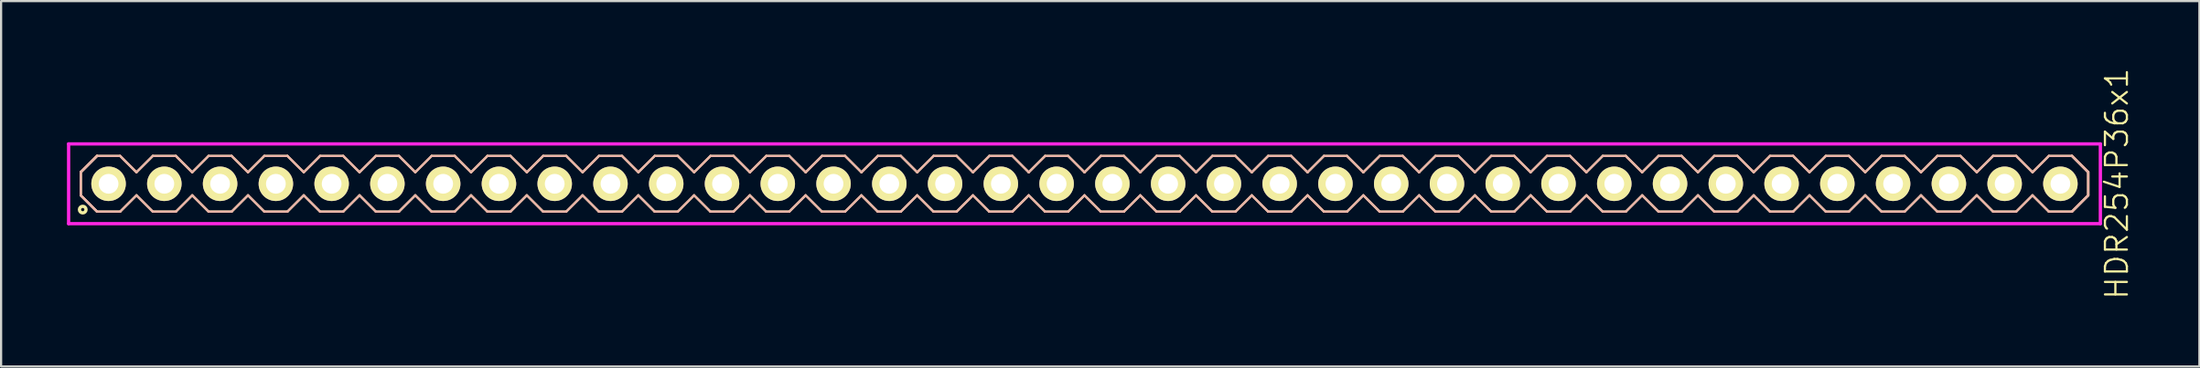
<source format=kicad_pcb>
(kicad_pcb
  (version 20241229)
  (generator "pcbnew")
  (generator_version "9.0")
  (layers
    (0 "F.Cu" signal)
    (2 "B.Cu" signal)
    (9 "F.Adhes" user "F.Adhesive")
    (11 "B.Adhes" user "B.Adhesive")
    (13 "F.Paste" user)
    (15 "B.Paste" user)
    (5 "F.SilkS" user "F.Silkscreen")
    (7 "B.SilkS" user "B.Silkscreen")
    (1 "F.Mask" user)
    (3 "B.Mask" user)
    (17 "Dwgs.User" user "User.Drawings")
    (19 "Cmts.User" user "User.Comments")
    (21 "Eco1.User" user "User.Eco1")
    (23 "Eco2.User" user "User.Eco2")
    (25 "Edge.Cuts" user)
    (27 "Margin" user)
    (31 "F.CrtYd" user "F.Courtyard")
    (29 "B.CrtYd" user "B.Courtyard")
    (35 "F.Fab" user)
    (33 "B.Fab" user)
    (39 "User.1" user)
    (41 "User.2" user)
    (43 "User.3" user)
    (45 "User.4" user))
  (footprint "HDR254P36x1"
    (layer "F.Cu")
    (at 46.345 5.336)
    (property "Reference" "HDR254P36x1" (at 47.02 0 90) (layer "F.SilkS") (effects (font (size 1 1) (thickness 0.1))))
    (attr through_hole)
    (fp_line (start -45.72 -0.526) (end -44.976 -1.27) (stroke (width 0.1) (type solid)) (layer "F.SilkS"))
    (fp_line (start -45.72 -0.526) (end -44.976 -1.27) (stroke (width 0.1) (type solid)) (layer "F.SilkS"))
    (fp_line (start -45.72 0.526) (end -45.72 -0.526) (stroke (width 0.1) (type solid)) (layer "F.SilkS"))
    (fp_line (start -45.72 0.526) (end -45.72 -0.526) (stroke (width 0.1) (type solid)) (layer "F.SilkS"))
    (fp_line (start -44.976 -1.27) (end -43.924 -1.27) (stroke (width 0.1) (type solid)) (layer "F.SilkS"))
    (fp_line (start -44.976 1.27) (end -45.72 0.526) (stroke (width 0.1) (type solid)) (layer "F.SilkS"))
    (fp_line (start -44.976 1.27) (end -45.72 0.526) (stroke (width 0.1) (type solid)) (layer "F.SilkS"))
    (fp_line (start -43.924 -1.27) (end -43.18 -0.526) (stroke (width 0.1) (type solid)) (layer "F.SilkS"))
    (fp_line (start -43.924 1.27) (end -44.976 1.27) (stroke (width 0.1) (type solid)) (layer "F.SilkS"))
    (fp_line (start -43.18 -0.526) (end -42.436 -1.27) (stroke (width 0.1) (type solid)) (layer "F.SilkS"))
    (fp_line (start -43.18 0.526) (end -43.924 1.27) (stroke (width 0.1) (type solid)) (layer "F.SilkS"))
    (fp_line (start -42.436 -1.27) (end -41.384 -1.27) (stroke (width 0.1) (type solid)) (layer "F.SilkS"))
    (fp_line (start -42.436 1.27) (end -43.18 0.526) (stroke (width 0.1) (type solid)) (layer "F.SilkS"))
    (fp_line (start -41.384 -1.27) (end -40.64 -0.526) (stroke (width 0.1) (type solid)) (layer "F.SilkS"))
    (fp_line (start -41.384 1.27) (end -42.436 1.27) (stroke (width 0.1) (type solid)) (layer "F.SilkS"))
    (fp_line (start -40.64 -0.526) (end -39.896 -1.27) (stroke (width 0.1) (type solid)) (layer "F.SilkS"))
    (fp_line (start -40.64 0.526) (end -41.384 1.27) (stroke (width 0.1) (type solid)) (layer "F.SilkS"))
    (fp_line (start -39.896 -1.27) (end -38.844 -1.27) (stroke (width 0.1) (type solid)) (layer "F.SilkS"))
    (fp_line (start -39.896 1.27) (end -40.64 0.526) (stroke (width 0.1) (type solid)) (layer "F.SilkS"))
    (fp_line (start -38.844 -1.27) (end -38.1 -0.526) (stroke (width 0.1) (type solid)) (layer "F.SilkS"))
    (fp_line (start -38.844 1.27) (end -39.896 1.27) (stroke (width 0.1) (type solid)) (layer "F.SilkS"))
    (fp_line (start -38.1 -0.526) (end -37.356 -1.27) (stroke (width 0.1) (type solid)) (layer "F.SilkS"))
    (fp_line (start -38.1 0.526) (end -38.844 1.27) (stroke (width 0.1) (type solid)) (layer "F.SilkS"))
    (fp_line (start -37.356 -1.27) (end -36.304 -1.27) (stroke (width 0.1) (type solid)) (layer "F.SilkS"))
    (fp_line (start -37.356 1.27) (end -38.1 0.526) (stroke (width 0.1) (type solid)) (layer "F.SilkS"))
    (fp_line (start -36.304 -1.27) (end -35.56 -0.526) (stroke (width 0.1) (type solid)) (layer "F.SilkS"))
    (fp_line (start -36.304 1.27) (end -37.356 1.27) (stroke (width 0.1) (type solid)) (layer "F.SilkS"))
    (fp_line (start -35.56 -0.526) (end -34.816 -1.27) (stroke (width 0.1) (type solid)) (layer "F.SilkS"))
    (fp_line (start -35.56 0.526) (end -36.304 1.27) (stroke (width 0.1) (type solid)) (layer "F.SilkS"))
    (fp_line (start -34.816 -1.27) (end -33.764 -1.27) (stroke (width 0.1) (type solid)) (layer "F.SilkS"))
    (fp_line (start -34.816 1.27) (end -35.56 0.526) (stroke (width 0.1) (type solid)) (layer "F.SilkS"))
    (fp_line (start -33.764 -1.27) (end -33.02 -0.526) (stroke (width 0.1) (type solid)) (layer "F.SilkS"))
    (fp_line (start -33.764 1.27) (end -34.816 1.27) (stroke (width 0.1) (type solid)) (layer "F.SilkS"))
    (fp_line (start -33.02 -0.526) (end -32.276 -1.27) (stroke (width 0.1) (type solid)) (layer "F.SilkS"))
    (fp_line (start -33.02 0.526) (end -33.764 1.27) (stroke (width 0.1) (type solid)) (layer "F.SilkS"))
    (fp_line (start -32.276 -1.27) (end -31.224 -1.27) (stroke (width 0.1) (type solid)) (layer "F.SilkS"))
    (fp_line (start -32.276 1.27) (end -33.02 0.526) (stroke (width 0.1) (type solid)) (layer "F.SilkS"))
    (fp_line (start -31.224 -1.27) (end -30.48 -0.526) (stroke (width 0.1) (type solid)) (layer "F.SilkS"))
    (fp_line (start -31.224 1.27) (end -32.276 1.27) (stroke (width 0.1) (type solid)) (layer "F.SilkS"))
    (fp_line (start -30.48 -0.526) (end -29.736 -1.27) (stroke (width 0.1) (type solid)) (layer "F.SilkS"))
    (fp_line (start -30.48 0.526) (end -31.224 1.27) (stroke (width 0.1) (type solid)) (layer "F.SilkS"))
    (fp_line (start -29.736 -1.27) (end -28.684 -1.27) (stroke (width 0.1) (type solid)) (layer "F.SilkS"))
    (fp_line (start -29.736 1.27) (end -30.48 0.526) (stroke (width 0.1) (type solid)) (layer "F.SilkS"))
    (fp_line (start -28.684 -1.27) (end -27.94 -0.526) (stroke (width 0.1) (type solid)) (layer "F.SilkS"))
    (fp_line (start -28.684 1.27) (end -29.736 1.27) (stroke (width 0.1) (type solid)) (layer "F.SilkS"))
    (fp_line (start -27.94 -0.526) (end -27.196 -1.27) (stroke (width 0.1) (type solid)) (layer "F.SilkS"))
    (fp_line (start -27.94 0.526) (end -28.684 1.27) (stroke (width 0.1) (type solid)) (layer "F.SilkS"))
    (fp_line (start -27.196 -1.27) (end -26.144 -1.27) (stroke (width 0.1) (type solid)) (layer "F.SilkS"))
    (fp_line (start -27.196 1.27) (end -27.94 0.526) (stroke (width 0.1) (type solid)) (layer "F.SilkS"))
    (fp_line (start -26.144 -1.27) (end -25.4 -0.526) (stroke (width 0.1) (type solid)) (layer "F.SilkS"))
    (fp_line (start -26.144 1.27) (end -27.196 1.27) (stroke (width 0.1) (type solid)) (layer "F.SilkS"))
    (fp_line (start -25.4 -0.526) (end -24.656 -1.27) (stroke (width 0.1) (type solid)) (layer "F.SilkS"))
    (fp_line (start -25.4 0.526) (end -26.144 1.27) (stroke (width 0.1) (type solid)) (layer "F.SilkS"))
    (fp_line (start -24.656 -1.27) (end -23.604 -1.27) (stroke (width 0.1) (type solid)) (layer "F.SilkS"))
    (fp_line (start -24.656 1.27) (end -25.4 0.526) (stroke (width 0.1) (type solid)) (layer "F.SilkS"))
    (fp_line (start -23.604 -1.27) (end -22.86 -0.526) (stroke (width 0.1) (type solid)) (layer "F.SilkS"))
    (fp_line (start -23.604 1.27) (end -24.656 1.27) (stroke (width 0.1) (type solid)) (layer "F.SilkS"))
    (fp_line (start -22.86 -0.526) (end -22.116 -1.27) (stroke (width 0.1) (type solid)) (layer "F.SilkS"))
    (fp_line (start -22.86 0.526) (end -23.604 1.27) (stroke (width 0.1) (type solid)) (layer "F.SilkS"))
    (fp_line (start -22.116 -1.27) (end -21.064 -1.27) (stroke (width 0.1) (type solid)) (layer "F.SilkS"))
    (fp_line (start -22.116 1.27) (end -22.86 0.526) (stroke (width 0.1) (type solid)) (layer "F.SilkS"))
    (fp_line (start -21.064 -1.27) (end -20.32 -0.526) (stroke (width 0.1) (type solid)) (layer "F.SilkS"))
    (fp_line (start -21.064 1.27) (end -22.116 1.27) (stroke (width 0.1) (type solid)) (layer "F.SilkS"))
    (fp_line (start -20.32 -0.526) (end -19.576 -1.27) (stroke (width 0.1) (type solid)) (layer "F.SilkS"))
    (fp_line (start -20.32 0.526) (end -21.064 1.27) (stroke (width 0.1) (type solid)) (layer "F.SilkS"))
    (fp_line (start -19.576 -1.27) (end -18.524 -1.27) (stroke (width 0.1) (type solid)) (layer "F.SilkS"))
    (fp_line (start -19.576 1.27) (end -20.32 0.526) (stroke (width 0.1) (type solid)) (layer "F.SilkS"))
    (fp_line (start -18.524 -1.27) (end -17.78 -0.526) (stroke (width 0.1) (type solid)) (layer "F.SilkS"))
    (fp_line (start -18.524 1.27) (end -19.576 1.27) (stroke (width 0.1) (type solid)) (layer "F.SilkS"))
    (fp_line (start -17.78 -0.526) (end -17.036 -1.27) (stroke (width 0.1) (type solid)) (layer "F.SilkS"))
    (fp_line (start -17.78 0.526) (end -18.524 1.27) (stroke (width 0.1) (type solid)) (layer "F.SilkS"))
    (fp_line (start -17.036 -1.27) (end -15.984 -1.27) (stroke (width 0.1) (type solid)) (layer "F.SilkS"))
    (fp_line (start -17.036 1.27) (end -17.78 0.526) (stroke (width 0.1) (type solid)) (layer "F.SilkS"))
    (fp_line (start -15.984 -1.27) (end -15.24 -0.526) (stroke (width 0.1) (type solid)) (layer "F.SilkS"))
    (fp_line (start -15.984 1.27) (end -17.036 1.27) (stroke (width 0.1) (type solid)) (layer "F.SilkS"))
    (fp_line (start -15.24 -0.526) (end -14.496 -1.27) (stroke (width 0.1) (type solid)) (layer "F.SilkS"))
    (fp_line (start -15.24 0.526) (end -15.984 1.27) (stroke (width 0.1) (type solid)) (layer "F.SilkS"))
    (fp_line (start -14.496 -1.27) (end -13.444 -1.27) (stroke (width 0.1) (type solid)) (layer "F.SilkS"))
    (fp_line (start -14.496 1.27) (end -15.24 0.526) (stroke (width 0.1) (type solid)) (layer "F.SilkS"))
    (fp_line (start -13.444 -1.27) (end -12.7 -0.526) (stroke (width 0.1) (type solid)) (layer "F.SilkS"))
    (fp_line (start -13.444 1.27) (end -14.496 1.27) (stroke (width 0.1) (type solid)) (layer "F.SilkS"))
    (fp_line (start -12.7 -0.526) (end -11.956 -1.27) (stroke (width 0.1) (type solid)) (layer "F.SilkS"))
    (fp_line (start -12.7 0.526) (end -13.444 1.27) (stroke (width 0.1) (type solid)) (layer "F.SilkS"))
    (fp_line (start -11.956 -1.27) (end -10.904 -1.27) (stroke (width 0.1) (type solid)) (layer "F.SilkS"))
    (fp_line (start -11.956 1.27) (end -12.7 0.526) (stroke (width 0.1) (type solid)) (layer "F.SilkS"))
    (fp_line (start -10.904 -1.27) (end -10.16 -0.526) (stroke (width 0.1) (type solid)) (layer "F.SilkS"))
    (fp_line (start -10.904 1.27) (end -11.956 1.27) (stroke (width 0.1) (type solid)) (layer "F.SilkS"))
    (fp_line (start -10.16 -0.526) (end -9.416 -1.27) (stroke (width 0.1) (type solid)) (layer "F.SilkS"))
    (fp_line (start -10.16 0.526) (end -10.904 1.27) (stroke (width 0.1) (type solid)) (layer "F.SilkS"))
    (fp_line (start -9.416 -1.27) (end -8.364 -1.27) (stroke (width 0.1) (type solid)) (layer "F.SilkS"))
    (fp_line (start -9.416 1.27) (end -10.16 0.526) (stroke (width 0.1) (type solid)) (layer "F.SilkS"))
    (fp_line (start -8.364 -1.27) (end -7.62 -0.526) (stroke (width 0.1) (type solid)) (layer "F.SilkS"))
    (fp_line (start -8.364 1.27) (end -9.416 1.27) (stroke (width 0.1) (type solid)) (layer "F.SilkS"))
    (fp_line (start -7.62 -0.526) (end -6.876 -1.27) (stroke (width 0.1) (type solid)) (layer "F.SilkS"))
    (fp_line (start -7.62 0.526) (end -8.364 1.27) (stroke (width 0.1) (type solid)) (layer "F.SilkS"))
    (fp_line (start -6.876 -1.27) (end -5.824 -1.27) (stroke (width 0.1) (type solid)) (layer "F.SilkS"))
    (fp_line (start -6.876 1.27) (end -7.62 0.526) (stroke (width 0.1) (type solid)) (layer "F.SilkS"))
    (fp_line (start -5.824 -1.27) (end -5.08 -0.526) (stroke (width 0.1) (type solid)) (layer "F.SilkS"))
    (fp_line (start -5.824 1.27) (end -6.876 1.27) (stroke (width 0.1) (type solid)) (layer "F.SilkS"))
    (fp_line (start -5.08 -0.526) (end -4.336 -1.27) (stroke (width 0.1) (type solid)) (layer "F.SilkS"))
    (fp_line (start -5.08 0.526) (end -5.824 1.27) (stroke (width 0.1) (type solid)) (layer "F.SilkS"))
    (fp_line (start -4.336 -1.27) (end -3.284 -1.27) (stroke (width 0.1) (type solid)) (layer "F.SilkS"))
    (fp_line (start -4.336 1.27) (end -5.08 0.526) (stroke (width 0.1) (type solid)) (layer "F.SilkS"))
    (fp_line (start -3.284 -1.27) (end -2.54 -0.526) (stroke (width 0.1) (type solid)) (layer "F.SilkS"))
    (fp_line (start -3.284 1.27) (end -4.336 1.27) (stroke (width 0.1) (type solid)) (layer "F.SilkS"))
    (fp_line (start -2.54 -0.526) (end -1.796 -1.27) (stroke (width 0.1) (type solid)) (layer "F.SilkS"))
    (fp_line (start -2.54 0.526) (end -3.284 1.27) (stroke (width 0.1) (type solid)) (layer "F.SilkS"))
    (fp_line (start -1.796 -1.27) (end -0.744 -1.27) (stroke (width 0.1) (type solid)) (layer "F.SilkS"))
    (fp_line (start -1.796 1.27) (end -2.54 0.526) (stroke (width 0.1) (type solid)) (layer "F.SilkS"))
    (fp_line (start -0.744 -1.27) (end 0 -0.526) (stroke (width 0.1) (type solid)) (layer "F.SilkS"))
    (fp_line (start -0.744 1.27) (end -1.796 1.27) (stroke (width 0.1) (type solid)) (layer "F.SilkS"))
    (fp_line (start 0 -0.526) (end 0.744 -1.27) (stroke (width 0.1) (type solid)) (layer "F.SilkS"))
    (fp_line (start 0 0.526) (end -0.744 1.27) (stroke (width 0.1) (type solid)) (layer "F.SilkS"))
    (fp_line (start 0.744 -1.27) (end 1.796 -1.27) (stroke (width 0.1) (type solid)) (layer "F.SilkS"))
    (fp_line (start 0.744 1.27) (end 0 0.526) (stroke (width 0.1) (type solid)) (layer "F.SilkS"))
    (fp_line (start 1.796 -1.27) (end 2.54 -0.526) (stroke (width 0.1) (type solid)) (layer "F.SilkS"))
    (fp_line (start 1.796 1.27) (end 0.744 1.27) (stroke (width 0.1) (type solid)) (layer "F.SilkS"))
    (fp_line (start 2.54 -0.526) (end 3.284 -1.27) (stroke (width 0.1) (type solid)) (layer "F.SilkS"))
    (fp_line (start 2.54 0.526) (end 1.796 1.27) (stroke (width 0.1) (type solid)) (layer "F.SilkS"))
    (fp_line (start 3.284 -1.27) (end 4.336 -1.27) (stroke (width 0.1) (type solid)) (layer "F.SilkS"))
    (fp_line (start 3.284 1.27) (end 2.54 0.526) (stroke (width 0.1) (type solid)) (layer "F.SilkS"))
    (fp_line (start 4.336 -1.27) (end 5.08 -0.526) (stroke (width 0.1) (type solid)) (layer "F.SilkS"))
    (fp_line (start 4.336 1.27) (end 3.284 1.27) (stroke (width 0.1) (type solid)) (layer "F.SilkS"))
    (fp_line (start 5.08 -0.526) (end 5.824 -1.27) (stroke (width 0.1) (type solid)) (layer "F.SilkS"))
    (fp_line (start 5.08 0.526) (end 4.336 1.27) (stroke (width 0.1) (type solid)) (layer "F.SilkS"))
    (fp_line (start 5.824 -1.27) (end 6.876 -1.27) (stroke (width 0.1) (type solid)) (layer "F.SilkS"))
    (fp_line (start 5.824 1.27) (end 5.08 0.526) (stroke (width 0.1) (type solid)) (layer "F.SilkS"))
    (fp_line (start 6.876 -1.27) (end 7.62 -0.526) (stroke (width 0.1) (type solid)) (layer "F.SilkS"))
    (fp_line (start 6.876 1.27) (end 5.824 1.27) (stroke (width 0.1) (type solid)) (layer "F.SilkS"))
    (fp_line (start 7.62 -0.526) (end 8.364 -1.27) (stroke (width 0.1) (type solid)) (layer "F.SilkS"))
    (fp_line (start 7.62 0.526) (end 6.876 1.27) (stroke (width 0.1) (type solid)) (layer "F.SilkS"))
    (fp_line (start 8.364 -1.27) (end 9.416 -1.27) (stroke (width 0.1) (type solid)) (layer "F.SilkS"))
    (fp_line (start 8.364 1.27) (end 7.62 0.526) (stroke (width 0.1) (type solid)) (layer "F.SilkS"))
    (fp_line (start 9.416 -1.27) (end 10.16 -0.526) (stroke (width 0.1) (type solid)) (layer "F.SilkS"))
    (fp_line (start 9.416 1.27) (end 8.364 1.27) (stroke (width 0.1) (type solid)) (layer "F.SilkS"))
    (fp_line (start 10.16 -0.526) (end 10.904 -1.27) (stroke (width 0.1) (type solid)) (layer "F.SilkS"))
    (fp_line (start 10.16 0.526) (end 9.416 1.27) (stroke (width 0.1) (type solid)) (layer "F.SilkS"))
    (fp_line (start 10.904 -1.27) (end 11.956 -1.27) (stroke (width 0.1) (type solid)) (layer "F.SilkS"))
    (fp_line (start 10.904 1.27) (end 10.16 0.526) (stroke (width 0.1) (type solid)) (layer "F.SilkS"))
    (fp_line (start 11.956 -1.27) (end 12.7 -0.526) (stroke (width 0.1) (type solid)) (layer "F.SilkS"))
    (fp_line (start 11.956 1.27) (end 10.904 1.27) (stroke (width 0.1) (type solid)) (layer "F.SilkS"))
    (fp_line (start 12.7 -0.526) (end 13.444 -1.27) (stroke (width 0.1) (type solid)) (layer "F.SilkS"))
    (fp_line (start 12.7 0.526) (end 11.956 1.27) (stroke (width 0.1) (type solid)) (layer "F.SilkS"))
    (fp_line (start 13.444 -1.27) (end 14.496 -1.27) (stroke (width 0.1) (type solid)) (layer "F.SilkS"))
    (fp_line (start 13.444 1.27) (end 12.7 0.526) (stroke (width 0.1) (type solid)) (layer "F.SilkS"))
    (fp_line (start 14.496 -1.27) (end 15.24 -0.526) (stroke (width 0.1) (type solid)) (layer "F.SilkS"))
    (fp_line (start 14.496 1.27) (end 13.444 1.27) (stroke (width 0.1) (type solid)) (layer "F.SilkS"))
    (fp_line (start 15.24 -0.526) (end 15.984 -1.27) (stroke (width 0.1) (type solid)) (layer "F.SilkS"))
    (fp_line (start 15.24 0.526) (end 14.496 1.27) (stroke (width 0.1) (type solid)) (layer "F.SilkS"))
    (fp_line (start 15.984 -1.27) (end 17.036 -1.27) (stroke (width 0.1) (type solid)) (layer "F.SilkS"))
    (fp_line (start 15.984 1.27) (end 15.24 0.526) (stroke (width 0.1) (type solid)) (layer "F.SilkS"))
    (fp_line (start 17.036 -1.27) (end 17.78 -0.526) (stroke (width 0.1) (type solid)) (layer "F.SilkS"))
    (fp_line (start 17.036 1.27) (end 15.984 1.27) (stroke (width 0.1) (type solid)) (layer "F.SilkS"))
    (fp_line (start 17.78 -0.526) (end 18.524 -1.27) (stroke (width 0.1) (type solid)) (layer "F.SilkS"))
    (fp_line (start 17.78 0.526) (end 17.036 1.27) (stroke (width 0.1) (type solid)) (layer "F.SilkS"))
    (fp_line (start 18.524 -1.27) (end 19.576 -1.27) (stroke (width 0.1) (type solid)) (layer "F.SilkS"))
    (fp_line (start 18.524 1.27) (end 17.78 0.526) (stroke (width 0.1) (type solid)) (layer "F.SilkS"))
    (fp_line (start 19.576 -1.27) (end 20.32 -0.526) (stroke (width 0.1) (type solid)) (layer "F.SilkS"))
    (fp_line (start 19.576 1.27) (end 18.524 1.27) (stroke (width 0.1) (type solid)) (layer "F.SilkS"))
    (fp_line (start 20.32 -0.526) (end 21.064 -1.27) (stroke (width 0.1) (type solid)) (layer "F.SilkS"))
    (fp_line (start 20.32 0.526) (end 19.576 1.27) (stroke (width 0.1) (type solid)) (layer "F.SilkS"))
    (fp_line (start 21.064 -1.27) (end 22.116 -1.27) (stroke (width 0.1) (type solid)) (layer "F.SilkS"))
    (fp_line (start 21.064 1.27) (end 20.32 0.526) (stroke (width 0.1) (type solid)) (layer "F.SilkS"))
    (fp_line (start 22.116 -1.27) (end 22.86 -0.526) (stroke (width 0.1) (type solid)) (layer "F.SilkS"))
    (fp_line (start 22.116 1.27) (end 21.064 1.27) (stroke (width 0.1) (type solid)) (layer "F.SilkS"))
    (fp_line (start 22.86 -0.526) (end 23.604 -1.27) (stroke (width 0.1) (type solid)) (layer "F.SilkS"))
    (fp_line (start 22.86 0.526) (end 22.116 1.27) (stroke (width 0.1) (type solid)) (layer "F.SilkS"))
    (fp_line (start 23.604 -1.27) (end 24.656 -1.27) (stroke (width 0.1) (type solid)) (layer "F.SilkS"))
    (fp_line (start 23.604 1.27) (end 22.86 0.526) (stroke (width 0.1) (type solid)) (layer "F.SilkS"))
    (fp_line (start 24.656 -1.27) (end 25.4 -0.526) (stroke (width 0.1) (type solid)) (layer "F.SilkS"))
    (fp_line (start 24.656 1.27) (end 23.604 1.27) (stroke (width 0.1) (type solid)) (layer "F.SilkS"))
    (fp_line (start 25.4 -0.526) (end 26.144 -1.27) (stroke (width 0.1) (type solid)) (layer "F.SilkS"))
    (fp_line (start 25.4 0.526) (end 24.656 1.27) (stroke (width 0.1) (type solid)) (layer "F.SilkS"))
    (fp_line (start 26.144 -1.27) (end 27.196 -1.27) (stroke (width 0.1) (type solid)) (layer "F.SilkS"))
    (fp_line (start 26.144 1.27) (end 25.4 0.526) (stroke (width 0.1) (type solid)) (layer "F.SilkS"))
    (fp_line (start 27.196 -1.27) (end 27.94 -0.526) (stroke (width 0.1) (type solid)) (layer "F.SilkS"))
    (fp_line (start 27.196 1.27) (end 26.144 1.27) (stroke (width 0.1) (type solid)) (layer "F.SilkS"))
    (fp_line (start 27.94 -0.526) (end 28.684 -1.27) (stroke (width 0.1) (type solid)) (layer "F.SilkS"))
    (fp_line (start 27.94 0.526) (end 27.196 1.27) (stroke (width 0.1) (type solid)) (layer "F.SilkS"))
    (fp_line (start 28.684 -1.27) (end 29.736 -1.27) (stroke (width 0.1) (type solid)) (layer "F.SilkS"))
    (fp_line (start 28.684 1.27) (end 27.94 0.526) (stroke (width 0.1) (type solid)) (layer "F.SilkS"))
    (fp_line (start 29.736 -1.27) (end 30.48 -0.526) (stroke (width 0.1) (type solid)) (layer "F.SilkS"))
    (fp_line (start 29.736 1.27) (end 28.684 1.27) (stroke (width 0.1) (type solid)) (layer "F.SilkS"))
    (fp_line (start 30.48 -0.526) (end 31.224 -1.27) (stroke (width 0.1) (type solid)) (layer "F.SilkS"))
    (fp_line (start 30.48 0.526) (end 29.736 1.27) (stroke (width 0.1) (type solid)) (layer "F.SilkS"))
    (fp_line (start 31.224 -1.27) (end 32.276 -1.27) (stroke (width 0.1) (type solid)) (layer "F.SilkS"))
    (fp_line (start 31.224 1.27) (end 30.48 0.526) (stroke (width 0.1) (type solid)) (layer "F.SilkS"))
    (fp_line (start 32.276 -1.27) (end 33.02 -0.526) (stroke (width 0.1) (type solid)) (layer "F.SilkS"))
    (fp_line (start 32.276 1.27) (end 31.224 1.27) (stroke (width 0.1) (type solid)) (layer "F.SilkS"))
    (fp_line (start 33.02 -0.526) (end 33.764 -1.27) (stroke (width 0.1) (type solid)) (layer "F.SilkS"))
    (fp_line (start 33.02 0.526) (end 32.276 1.27) (stroke (width 0.1) (type solid)) (layer "F.SilkS"))
    (fp_line (start 33.764 -1.27) (end 34.816 -1.27) (stroke (width 0.1) (type solid)) (layer "F.SilkS"))
    (fp_line (start 33.764 1.27) (end 33.02 0.526) (stroke (width 0.1) (type solid)) (layer "F.SilkS"))
    (fp_line (start 34.816 -1.27) (end 35.56 -0.526) (stroke (width 0.1) (type solid)) (layer "F.SilkS"))
    (fp_line (start 34.816 1.27) (end 33.764 1.27) (stroke (width 0.1) (type solid)) (layer "F.SilkS"))
    (fp_line (start 35.56 -0.526) (end 36.304 -1.27) (stroke (width 0.1) (type solid)) (layer "F.SilkS"))
    (fp_line (start 35.56 0.526) (end 34.816 1.27) (stroke (width 0.1) (type solid)) (layer "F.SilkS"))
    (fp_line (start 36.304 -1.27) (end 37.356 -1.27) (stroke (width 0.1) (type solid)) (layer "F.SilkS"))
    (fp_line (start 36.304 1.27) (end 35.56 0.526) (stroke (width 0.1) (type solid)) (layer "F.SilkS"))
    (fp_line (start 37.356 -1.27) (end 38.1 -0.526) (stroke (width 0.1) (type solid)) (layer "F.SilkS"))
    (fp_line (start 37.356 1.27) (end 36.304 1.27) (stroke (width 0.1) (type solid)) (layer "F.SilkS"))
    (fp_line (start 38.1 -0.526) (end 38.844 -1.27) (stroke (width 0.1) (type solid)) (layer "F.SilkS"))
    (fp_line (start 38.1 0.526) (end 37.356 1.27) (stroke (width 0.1) (type solid)) (layer "F.SilkS"))
    (fp_line (start 38.844 -1.27) (end 39.896 -1.27) (stroke (width 0.1) (type solid)) (layer "F.SilkS"))
    (fp_line (start 38.844 1.27) (end 38.1 0.526) (stroke (width 0.1) (type solid)) (layer "F.SilkS"))
    (fp_line (start 39.896 -1.27) (end 40.64 -0.526) (stroke (width 0.1) (type solid)) (layer "F.SilkS"))
    (fp_line (start 39.896 1.27) (end 38.844 1.27) (stroke (width 0.1) (type solid)) (layer "F.SilkS"))
    (fp_line (start 40.64 -0.526) (end 41.384 -1.27) (stroke (width 0.1) (type solid)) (layer "F.SilkS"))
    (fp_line (start 40.64 0.526) (end 39.896 1.27) (stroke (width 0.1) (type solid)) (layer "F.SilkS"))
    (fp_line (start 41.384 -1.27) (end 42.436 -1.27) (stroke (width 0.1) (type solid)) (layer "F.SilkS"))
    (fp_line (start 41.384 1.27) (end 40.64 0.526) (stroke (width 0.1) (type solid)) (layer "F.SilkS"))
    (fp_line (start 42.436 -1.27) (end 43.18 -0.526) (stroke (width 0.1) (type solid)) (layer "F.SilkS"))
    (fp_line (start 42.436 1.27) (end 41.384 1.27) (stroke (width 0.1) (type solid)) (layer "F.SilkS"))
    (fp_line (start 43.18 -0.526) (end 43.924 -1.27) (stroke (width 0.1) (type solid)) (layer "F.SilkS"))
    (fp_line (start 43.18 0.526) (end 42.436 1.27) (stroke (width 0.1) (type solid)) (layer "F.SilkS"))
    (fp_line (start 43.924 -1.27) (end 44.976 -1.27) (stroke (width 0.1) (type solid)) (layer "F.SilkS"))
    (fp_line (start 43.924 1.27) (end 43.18 0.526) (stroke (width 0.1) (type solid)) (layer "F.SilkS"))
    (fp_line (start 44.976 -1.27) (end 45.72 -0.526) (stroke (width 0.1) (type solid)) (layer "F.SilkS"))
    (fp_line (start 44.976 -1.27) (end 45.72 -0.526) (stroke (width 0.1) (type solid)) (layer "F.SilkS"))
    (fp_line (start 44.976 1.27) (end 43.924 1.27) (stroke (width 0.1) (type solid)) (layer "F.SilkS"))
    (fp_line (start 45.72 -0.526) (end 45.72 0.526) (stroke (width 0.1) (type solid)) (layer "F.SilkS"))
    (fp_line (start 45.72 -0.526) (end 45.72 0.526) (stroke (width 0.1) (type solid)) (layer "F.SilkS"))
    (fp_line (start 45.72 0.526) (end 44.976 1.27) (stroke (width 0.1) (type solid)) (layer "F.SilkS"))
    (fp_line (start 45.72 0.526) (end 44.976 1.27) (stroke (width 0.1) (type solid)) (layer "F.SilkS"))
    (fp_circle (center -45.627 1.177) (end -45.477 1.177) (stroke (width 0.15) (type solid)) (fill no) (layer "F.SilkS"))
    (fp_line (start -45.72 -0.526) (end -44.976 -1.27) (stroke (width 0.1) (type solid)) (layer "B.SilkS"))
    (fp_line (start -45.72 -0.526) (end -44.976 -1.27) (stroke (width 0.1) (type solid)) (layer "B.SilkS"))
    (fp_line (start -45.72 0.526) (end -45.72 -0.526) (stroke (width 0.1) (type solid)) (layer "B.SilkS"))
    (fp_line (start -45.72 0.526) (end -45.72 -0.526) (stroke (width 0.1) (type solid)) (layer "B.SilkS"))
    (fp_line (start -44.976 -1.27) (end -43.924 -1.27) (stroke (width 0.1) (type solid)) (layer "B.SilkS"))
    (fp_line (start -44.976 1.27) (end -45.72 0.526) (stroke (width 0.1) (type solid)) (layer "B.SilkS"))
    (fp_line (start -44.976 1.27) (end -45.72 0.526) (stroke (width 0.1) (type solid)) (layer "B.SilkS"))
    (fp_line (start -43.924 -1.27) (end -43.18 -0.526) (stroke (width 0.1) (type solid)) (layer "B.SilkS"))
    (fp_line (start -43.924 1.27) (end -44.976 1.27) (stroke (width 0.1) (type solid)) (layer "B.SilkS"))
    (fp_line (start -43.18 -0.526) (end -42.436 -1.27) (stroke (width 0.1) (type solid)) (layer "B.SilkS"))
    (fp_line (start -43.18 0.526) (end -43.924 1.27) (stroke (width 0.1) (type solid)) (layer "B.SilkS"))
    (fp_line (start -42.436 -1.27) (end -41.384 -1.27) (stroke (width 0.1) (type solid)) (layer "B.SilkS"))
    (fp_line (start -42.436 1.27) (end -43.18 0.526) (stroke (width 0.1) (type solid)) (layer "B.SilkS"))
    (fp_line (start -41.384 -1.27) (end -40.64 -0.526) (stroke (width 0.1) (type solid)) (layer "B.SilkS"))
    (fp_line (start -41.384 1.27) (end -42.436 1.27) (stroke (width 0.1) (type solid)) (layer "B.SilkS"))
    (fp_line (start -40.64 -0.526) (end -39.896 -1.27) (stroke (width 0.1) (type solid)) (layer "B.SilkS"))
    (fp_line (start -40.64 0.526) (end -41.384 1.27) (stroke (width 0.1) (type solid)) (layer "B.SilkS"))
    (fp_line (start -39.896 -1.27) (end -38.844 -1.27) (stroke (width 0.1) (type solid)) (layer "B.SilkS"))
    (fp_line (start -39.896 1.27) (end -40.64 0.526) (stroke (width 0.1) (type solid)) (layer "B.SilkS"))
    (fp_line (start -38.844 -1.27) (end -38.1 -0.526) (stroke (width 0.1) (type solid)) (layer "B.SilkS"))
    (fp_line (start -38.844 1.27) (end -39.896 1.27) (stroke (width 0.1) (type solid)) (layer "B.SilkS"))
    (fp_line (start -38.1 -0.526) (end -37.356 -1.27) (stroke (width 0.1) (type solid)) (layer "B.SilkS"))
    (fp_line (start -38.1 0.526) (end -38.844 1.27) (stroke (width 0.1) (type solid)) (layer "B.SilkS"))
    (fp_line (start -37.356 -1.27) (end -36.304 -1.27) (stroke (width 0.1) (type solid)) (layer "B.SilkS"))
    (fp_line (start -37.356 1.27) (end -38.1 0.526) (stroke (width 0.1) (type solid)) (layer "B.SilkS"))
    (fp_line (start -36.304 -1.27) (end -35.56 -0.526) (stroke (width 0.1) (type solid)) (layer "B.SilkS"))
    (fp_line (start -36.304 1.27) (end -37.356 1.27) (stroke (width 0.1) (type solid)) (layer "B.SilkS"))
    (fp_line (start -35.56 -0.526) (end -34.816 -1.27) (stroke (width 0.1) (type solid)) (layer "B.SilkS"))
    (fp_line (start -35.56 0.526) (end -36.304 1.27) (stroke (width 0.1) (type solid)) (layer "B.SilkS"))
    (fp_line (start -34.816 -1.27) (end -33.764 -1.27) (stroke (width 0.1) (type solid)) (layer "B.SilkS"))
    (fp_line (start -34.816 1.27) (end -35.56 0.526) (stroke (width 0.1) (type solid)) (layer "B.SilkS"))
    (fp_line (start -33.764 -1.27) (end -33.02 -0.526) (stroke (width 0.1) (type solid)) (layer "B.SilkS"))
    (fp_line (start -33.764 1.27) (end -34.816 1.27) (stroke (width 0.1) (type solid)) (layer "B.SilkS"))
    (fp_line (start -33.02 -0.526) (end -32.276 -1.27) (stroke (width 0.1) (type solid)) (layer "B.SilkS"))
    (fp_line (start -33.02 0.526) (end -33.764 1.27) (stroke (width 0.1) (type solid)) (layer "B.SilkS"))
    (fp_line (start -32.276 -1.27) (end -31.224 -1.27) (stroke (width 0.1) (type solid)) (layer "B.SilkS"))
    (fp_line (start -32.276 1.27) (end -33.02 0.526) (stroke (width 0.1) (type solid)) (layer "B.SilkS"))
    (fp_line (start -31.224 -1.27) (end -30.48 -0.526) (stroke (width 0.1) (type solid)) (layer "B.SilkS"))
    (fp_line (start -31.224 1.27) (end -32.276 1.27) (stroke (width 0.1) (type solid)) (layer "B.SilkS"))
    (fp_line (start -30.48 -0.526) (end -29.736 -1.27) (stroke (width 0.1) (type solid)) (layer "B.SilkS"))
    (fp_line (start -30.48 0.526) (end -31.224 1.27) (stroke (width 0.1) (type solid)) (layer "B.SilkS"))
    (fp_line (start -29.736 -1.27) (end -28.684 -1.27) (stroke (width 0.1) (type solid)) (layer "B.SilkS"))
    (fp_line (start -29.736 1.27) (end -30.48 0.526) (stroke (width 0.1) (type solid)) (layer "B.SilkS"))
    (fp_line (start -28.684 -1.27) (end -27.94 -0.526) (stroke (width 0.1) (type solid)) (layer "B.SilkS"))
    (fp_line (start -28.684 1.27) (end -29.736 1.27) (stroke (width 0.1) (type solid)) (layer "B.SilkS"))
    (fp_line (start -27.94 -0.526) (end -27.196 -1.27) (stroke (width 0.1) (type solid)) (layer "B.SilkS"))
    (fp_line (start -27.94 0.526) (end -28.684 1.27) (stroke (width 0.1) (type solid)) (layer "B.SilkS"))
    (fp_line (start -27.196 -1.27) (end -26.144 -1.27) (stroke (width 0.1) (type solid)) (layer "B.SilkS"))
    (fp_line (start -27.196 1.27) (end -27.94 0.526) (stroke (width 0.1) (type solid)) (layer "B.SilkS"))
    (fp_line (start -26.144 -1.27) (end -25.4 -0.526) (stroke (width 0.1) (type solid)) (layer "B.SilkS"))
    (fp_line (start -26.144 1.27) (end -27.196 1.27) (stroke (width 0.1) (type solid)) (layer "B.SilkS"))
    (fp_line (start -25.4 -0.526) (end -24.656 -1.27) (stroke (width 0.1) (type solid)) (layer "B.SilkS"))
    (fp_line (start -25.4 0.526) (end -26.144 1.27) (stroke (width 0.1) (type solid)) (layer "B.SilkS"))
    (fp_line (start -24.656 -1.27) (end -23.604 -1.27) (stroke (width 0.1) (type solid)) (layer "B.SilkS"))
    (fp_line (start -24.656 1.27) (end -25.4 0.526) (stroke (width 0.1) (type solid)) (layer "B.SilkS"))
    (fp_line (start -23.604 -1.27) (end -22.86 -0.526) (stroke (width 0.1) (type solid)) (layer "B.SilkS"))
    (fp_line (start -23.604 1.27) (end -24.656 1.27) (stroke (width 0.1) (type solid)) (layer "B.SilkS"))
    (fp_line (start -22.86 -0.526) (end -22.116 -1.27) (stroke (width 0.1) (type solid)) (layer "B.SilkS"))
    (fp_line (start -22.86 0.526) (end -23.604 1.27) (stroke (width 0.1) (type solid)) (layer "B.SilkS"))
    (fp_line (start -22.116 -1.27) (end -21.064 -1.27) (stroke (width 0.1) (type solid)) (layer "B.SilkS"))
    (fp_line (start -22.116 1.27) (end -22.86 0.526) (stroke (width 0.1) (type solid)) (layer "B.SilkS"))
    (fp_line (start -21.064 -1.27) (end -20.32 -0.526) (stroke (width 0.1) (type solid)) (layer "B.SilkS"))
    (fp_line (start -21.064 1.27) (end -22.116 1.27) (stroke (width 0.1) (type solid)) (layer "B.SilkS"))
    (fp_line (start -20.32 -0.526) (end -19.576 -1.27) (stroke (width 0.1) (type solid)) (layer "B.SilkS"))
    (fp_line (start -20.32 0.526) (end -21.064 1.27) (stroke (width 0.1) (type solid)) (layer "B.SilkS"))
    (fp_line (start -19.576 -1.27) (end -18.524 -1.27) (stroke (width 0.1) (type solid)) (layer "B.SilkS"))
    (fp_line (start -19.576 1.27) (end -20.32 0.526) (stroke (width 0.1) (type solid)) (layer "B.SilkS"))
    (fp_line (start -18.524 -1.27) (end -17.78 -0.526) (stroke (width 0.1) (type solid)) (layer "B.SilkS"))
    (fp_line (start -18.524 1.27) (end -19.576 1.27) (stroke (width 0.1) (type solid)) (layer "B.SilkS"))
    (fp_line (start -17.78 -0.526) (end -17.036 -1.27) (stroke (width 0.1) (type solid)) (layer "B.SilkS"))
    (fp_line (start -17.78 0.526) (end -18.524 1.27) (stroke (width 0.1) (type solid)) (layer "B.SilkS"))
    (fp_line (start -17.036 -1.27) (end -15.984 -1.27) (stroke (width 0.1) (type solid)) (layer "B.SilkS"))
    (fp_line (start -17.036 1.27) (end -17.78 0.526) (stroke (width 0.1) (type solid)) (layer "B.SilkS"))
    (fp_line (start -15.984 -1.27) (end -15.24 -0.526) (stroke (width 0.1) (type solid)) (layer "B.SilkS"))
    (fp_line (start -15.984 1.27) (end -17.036 1.27) (stroke (width 0.1) (type solid)) (layer "B.SilkS"))
    (fp_line (start -15.24 -0.526) (end -14.496 -1.27) (stroke (width 0.1) (type solid)) (layer "B.SilkS"))
    (fp_line (start -15.24 0.526) (end -15.984 1.27) (stroke (width 0.1) (type solid)) (layer "B.SilkS"))
    (fp_line (start -14.496 -1.27) (end -13.444 -1.27) (stroke (width 0.1) (type solid)) (layer "B.SilkS"))
    (fp_line (start -14.496 1.27) (end -15.24 0.526) (stroke (width 0.1) (type solid)) (layer "B.SilkS"))
    (fp_line (start -13.444 -1.27) (end -12.7 -0.526) (stroke (width 0.1) (type solid)) (layer "B.SilkS"))
    (fp_line (start -13.444 1.27) (end -14.496 1.27) (stroke (width 0.1) (type solid)) (layer "B.SilkS"))
    (fp_line (start -12.7 -0.526) (end -11.956 -1.27) (stroke (width 0.1) (type solid)) (layer "B.SilkS"))
    (fp_line (start -12.7 0.526) (end -13.444 1.27) (stroke (width 0.1) (type solid)) (layer "B.SilkS"))
    (fp_line (start -11.956 -1.27) (end -10.904 -1.27) (stroke (width 0.1) (type solid)) (layer "B.SilkS"))
    (fp_line (start -11.956 1.27) (end -12.7 0.526) (stroke (width 0.1) (type solid)) (layer "B.SilkS"))
    (fp_line (start -10.904 -1.27) (end -10.16 -0.526) (stroke (width 0.1) (type solid)) (layer "B.SilkS"))
    (fp_line (start -10.904 1.27) (end -11.956 1.27) (stroke (width 0.1) (type solid)) (layer "B.SilkS"))
    (fp_line (start -10.16 -0.526) (end -9.416 -1.27) (stroke (width 0.1) (type solid)) (layer "B.SilkS"))
    (fp_line (start -10.16 0.526) (end -10.904 1.27) (stroke (width 0.1) (type solid)) (layer "B.SilkS"))
    (fp_line (start -9.416 -1.27) (end -8.364 -1.27) (stroke (width 0.1) (type solid)) (layer "B.SilkS"))
    (fp_line (start -9.416 1.27) (end -10.16 0.526) (stroke (width 0.1) (type solid)) (layer "B.SilkS"))
    (fp_line (start -8.364 -1.27) (end -7.62 -0.526) (stroke (width 0.1) (type solid)) (layer "B.SilkS"))
    (fp_line (start -8.364 1.27) (end -9.416 1.27) (stroke (width 0.1) (type solid)) (layer "B.SilkS"))
    (fp_line (start -7.62 -0.526) (end -6.876 -1.27) (stroke (width 0.1) (type solid)) (layer "B.SilkS"))
    (fp_line (start -7.62 0.526) (end -8.364 1.27) (stroke (width 0.1) (type solid)) (layer "B.SilkS"))
    (fp_line (start -6.876 -1.27) (end -5.824 -1.27) (stroke (width 0.1) (type solid)) (layer "B.SilkS"))
    (fp_line (start -6.876 1.27) (end -7.62 0.526) (stroke (width 0.1) (type solid)) (layer "B.SilkS"))
    (fp_line (start -5.824 -1.27) (end -5.08 -0.526) (stroke (width 0.1) (type solid)) (layer "B.SilkS"))
    (fp_line (start -5.824 1.27) (end -6.876 1.27) (stroke (width 0.1) (type solid)) (layer "B.SilkS"))
    (fp_line (start -5.08 -0.526) (end -4.336 -1.27) (stroke (width 0.1) (type solid)) (layer "B.SilkS"))
    (fp_line (start -5.08 0.526) (end -5.824 1.27) (stroke (width 0.1) (type solid)) (layer "B.SilkS"))
    (fp_line (start -4.336 -1.27) (end -3.284 -1.27) (stroke (width 0.1) (type solid)) (layer "B.SilkS"))
    (fp_line (start -4.336 1.27) (end -5.08 0.526) (stroke (width 0.1) (type solid)) (layer "B.SilkS"))
    (fp_line (start -3.284 -1.27) (end -2.54 -0.526) (stroke (width 0.1) (type solid)) (layer "B.SilkS"))
    (fp_line (start -3.284 1.27) (end -4.336 1.27) (stroke (width 0.1) (type solid)) (layer "B.SilkS"))
    (fp_line (start -2.54 -0.526) (end -1.796 -1.27) (stroke (width 0.1) (type solid)) (layer "B.SilkS"))
    (fp_line (start -2.54 0.526) (end -3.284 1.27) (stroke (width 0.1) (type solid)) (layer "B.SilkS"))
    (fp_line (start -1.796 -1.27) (end -0.744 -1.27) (stroke (width 0.1) (type solid)) (layer "B.SilkS"))
    (fp_line (start -1.796 1.27) (end -2.54 0.526) (stroke (width 0.1) (type solid)) (layer "B.SilkS"))
    (fp_line (start -0.744 -1.27) (end 0 -0.526) (stroke (width 0.1) (type solid)) (layer "B.SilkS"))
    (fp_line (start -0.744 1.27) (end -1.796 1.27) (stroke (width 0.1) (type solid)) (layer "B.SilkS"))
    (fp_line (start 0 -0.526) (end 0.744 -1.27) (stroke (width 0.1) (type solid)) (layer "B.SilkS"))
    (fp_line (start 0 0.526) (end -0.744 1.27) (stroke (width 0.1) (type solid)) (layer "B.SilkS"))
    (fp_line (start 0.744 -1.27) (end 1.796 -1.27) (stroke (width 0.1) (type solid)) (layer "B.SilkS"))
    (fp_line (start 0.744 1.27) (end 0 0.526) (stroke (width 0.1) (type solid)) (layer "B.SilkS"))
    (fp_line (start 1.796 -1.27) (end 2.54 -0.526) (stroke (width 0.1) (type solid)) (layer "B.SilkS"))
    (fp_line (start 1.796 1.27) (end 0.744 1.27) (stroke (width 0.1) (type solid)) (layer "B.SilkS"))
    (fp_line (start 2.54 -0.526) (end 3.284 -1.27) (stroke (width 0.1) (type solid)) (layer "B.SilkS"))
    (fp_line (start 2.54 0.526) (end 1.796 1.27) (stroke (width 0.1) (type solid)) (layer "B.SilkS"))
    (fp_line (start 3.284 -1.27) (end 4.336 -1.27) (stroke (width 0.1) (type solid)) (layer "B.SilkS"))
    (fp_line (start 3.284 1.27) (end 2.54 0.526) (stroke (width 0.1) (type solid)) (layer "B.SilkS"))
    (fp_line (start 4.336 -1.27) (end 5.08 -0.526) (stroke (width 0.1) (type solid)) (layer "B.SilkS"))
    (fp_line (start 4.336 1.27) (end 3.284 1.27) (stroke (width 0.1) (type solid)) (layer "B.SilkS"))
    (fp_line (start 5.08 -0.526) (end 5.824 -1.27) (stroke (width 0.1) (type solid)) (layer "B.SilkS"))
    (fp_line (start 5.08 0.526) (end 4.336 1.27) (stroke (width 0.1) (type solid)) (layer "B.SilkS"))
    (fp_line (start 5.824 -1.27) (end 6.876 -1.27) (stroke (width 0.1) (type solid)) (layer "B.SilkS"))
    (fp_line (start 5.824 1.27) (end 5.08 0.526) (stroke (width 0.1) (type solid)) (layer "B.SilkS"))
    (fp_line (start 6.876 -1.27) (end 7.62 -0.526) (stroke (width 0.1) (type solid)) (layer "B.SilkS"))
    (fp_line (start 6.876 1.27) (end 5.824 1.27) (stroke (width 0.1) (type solid)) (layer "B.SilkS"))
    (fp_line (start 7.62 -0.526) (end 8.364 -1.27) (stroke (width 0.1) (type solid)) (layer "B.SilkS"))
    (fp_line (start 7.62 0.526) (end 6.876 1.27) (stroke (width 0.1) (type solid)) (layer "B.SilkS"))
    (fp_line (start 8.364 -1.27) (end 9.416 -1.27) (stroke (width 0.1) (type solid)) (layer "B.SilkS"))
    (fp_line (start 8.364 1.27) (end 7.62 0.526) (stroke (width 0.1) (type solid)) (layer "B.SilkS"))
    (fp_line (start 9.416 -1.27) (end 10.16 -0.526) (stroke (width 0.1) (type solid)) (layer "B.SilkS"))
    (fp_line (start 9.416 1.27) (end 8.364 1.27) (stroke (width 0.1) (type solid)) (layer "B.SilkS"))
    (fp_line (start 10.16 -0.526) (end 10.904 -1.27) (stroke (width 0.1) (type solid)) (layer "B.SilkS"))
    (fp_line (start 10.16 0.526) (end 9.416 1.27) (stroke (width 0.1) (type solid)) (layer "B.SilkS"))
    (fp_line (start 10.904 -1.27) (end 11.956 -1.27) (stroke (width 0.1) (type solid)) (layer "B.SilkS"))
    (fp_line (start 10.904 1.27) (end 10.16 0.526) (stroke (width 0.1) (type solid)) (layer "B.SilkS"))
    (fp_line (start 11.956 -1.27) (end 12.7 -0.526) (stroke (width 0.1) (type solid)) (layer "B.SilkS"))
    (fp_line (start 11.956 1.27) (end 10.904 1.27) (stroke (width 0.1) (type solid)) (layer "B.SilkS"))
    (fp_line (start 12.7 -0.526) (end 13.444 -1.27) (stroke (width 0.1) (type solid)) (layer "B.SilkS"))
    (fp_line (start 12.7 0.526) (end 11.956 1.27) (stroke (width 0.1) (type solid)) (layer "B.SilkS"))
    (fp_line (start 13.444 -1.27) (end 14.496 -1.27) (stroke (width 0.1) (type solid)) (layer "B.SilkS"))
    (fp_line (start 13.444 1.27) (end 12.7 0.526) (stroke (width 0.1) (type solid)) (layer "B.SilkS"))
    (fp_line (start 14.496 -1.27) (end 15.24 -0.526) (stroke (width 0.1) (type solid)) (layer "B.SilkS"))
    (fp_line (start 14.496 1.27) (end 13.444 1.27) (stroke (width 0.1) (type solid)) (layer "B.SilkS"))
    (fp_line (start 15.24 -0.526) (end 15.984 -1.27) (stroke (width 0.1) (type solid)) (layer "B.SilkS"))
    (fp_line (start 15.24 0.526) (end 14.496 1.27) (stroke (width 0.1) (type solid)) (layer "B.SilkS"))
    (fp_line (start 15.984 -1.27) (end 17.036 -1.27) (stroke (width 0.1) (type solid)) (layer "B.SilkS"))
    (fp_line (start 15.984 1.27) (end 15.24 0.526) (stroke (width 0.1) (type solid)) (layer "B.SilkS"))
    (fp_line (start 17.036 -1.27) (end 17.78 -0.526) (stroke (width 0.1) (type solid)) (layer "B.SilkS"))
    (fp_line (start 17.036 1.27) (end 15.984 1.27) (stroke (width 0.1) (type solid)) (layer "B.SilkS"))
    (fp_line (start 17.78 -0.526) (end 18.524 -1.27) (stroke (width 0.1) (type solid)) (layer "B.SilkS"))
    (fp_line (start 17.78 0.526) (end 17.036 1.27) (stroke (width 0.1) (type solid)) (layer "B.SilkS"))
    (fp_line (start 18.524 -1.27) (end 19.576 -1.27) (stroke (width 0.1) (type solid)) (layer "B.SilkS"))
    (fp_line (start 18.524 1.27) (end 17.78 0.526) (stroke (width 0.1) (type solid)) (layer "B.SilkS"))
    (fp_line (start 19.576 -1.27) (end 20.32 -0.526) (stroke (width 0.1) (type solid)) (layer "B.SilkS"))
    (fp_line (start 19.576 1.27) (end 18.524 1.27) (stroke (width 0.1) (type solid)) (layer "B.SilkS"))
    (fp_line (start 20.32 -0.526) (end 21.064 -1.27) (stroke (width 0.1) (type solid)) (layer "B.SilkS"))
    (fp_line (start 20.32 0.526) (end 19.576 1.27) (stroke (width 0.1) (type solid)) (layer "B.SilkS"))
    (fp_line (start 21.064 -1.27) (end 22.116 -1.27) (stroke (width 0.1) (type solid)) (layer "B.SilkS"))
    (fp_line (start 21.064 1.27) (end 20.32 0.526) (stroke (width 0.1) (type solid)) (layer "B.SilkS"))
    (fp_line (start 22.116 -1.27) (end 22.86 -0.526) (stroke (width 0.1) (type solid)) (layer "B.SilkS"))
    (fp_line (start 22.116 1.27) (end 21.064 1.27) (stroke (width 0.1) (type solid)) (layer "B.SilkS"))
    (fp_line (start 22.86 -0.526) (end 23.604 -1.27) (stroke (width 0.1) (type solid)) (layer "B.SilkS"))
    (fp_line (start 22.86 0.526) (end 22.116 1.27) (stroke (width 0.1) (type solid)) (layer "B.SilkS"))
    (fp_line (start 23.604 -1.27) (end 24.656 -1.27) (stroke (width 0.1) (type solid)) (layer "B.SilkS"))
    (fp_line (start 23.604 1.27) (end 22.86 0.526) (stroke (width 0.1) (type solid)) (layer "B.SilkS"))
    (fp_line (start 24.656 -1.27) (end 25.4 -0.526) (stroke (width 0.1) (type solid)) (layer "B.SilkS"))
    (fp_line (start 24.656 1.27) (end 23.604 1.27) (stroke (width 0.1) (type solid)) (layer "B.SilkS"))
    (fp_line (start 25.4 -0.526) (end 26.144 -1.27) (stroke (width 0.1) (type solid)) (layer "B.SilkS"))
    (fp_line (start 25.4 0.526) (end 24.656 1.27) (stroke (width 0.1) (type solid)) (layer "B.SilkS"))
    (fp_line (start 26.144 -1.27) (end 27.196 -1.27) (stroke (width 0.1) (type solid)) (layer "B.SilkS"))
    (fp_line (start 26.144 1.27) (end 25.4 0.526) (stroke (width 0.1) (type solid)) (layer "B.SilkS"))
    (fp_line (start 27.196 -1.27) (end 27.94 -0.526) (stroke (width 0.1) (type solid)) (layer "B.SilkS"))
    (fp_line (start 27.196 1.27) (end 26.144 1.27) (stroke (width 0.1) (type solid)) (layer "B.SilkS"))
    (fp_line (start 27.94 -0.526) (end 28.684 -1.27) (stroke (width 0.1) (type solid)) (layer "B.SilkS"))
    (fp_line (start 27.94 0.526) (end 27.196 1.27) (stroke (width 0.1) (type solid)) (layer "B.SilkS"))
    (fp_line (start 28.684 -1.27) (end 29.736 -1.27) (stroke (width 0.1) (type solid)) (layer "B.SilkS"))
    (fp_line (start 28.684 1.27) (end 27.94 0.526) (stroke (width 0.1) (type solid)) (layer "B.SilkS"))
    (fp_line (start 29.736 -1.27) (end 30.48 -0.526) (stroke (width 0.1) (type solid)) (layer "B.SilkS"))
    (fp_line (start 29.736 1.27) (end 28.684 1.27) (stroke (width 0.1) (type solid)) (layer "B.SilkS"))
    (fp_line (start 30.48 -0.526) (end 31.224 -1.27) (stroke (width 0.1) (type solid)) (layer "B.SilkS"))
    (fp_line (start 30.48 0.526) (end 29.736 1.27) (stroke (width 0.1) (type solid)) (layer "B.SilkS"))
    (fp_line (start 31.224 -1.27) (end 32.276 -1.27) (stroke (width 0.1) (type solid)) (layer "B.SilkS"))
    (fp_line (start 31.224 1.27) (end 30.48 0.526) (stroke (width 0.1) (type solid)) (layer "B.SilkS"))
    (fp_line (start 32.276 -1.27) (end 33.02 -0.526) (stroke (width 0.1) (type solid)) (layer "B.SilkS"))
    (fp_line (start 32.276 1.27) (end 31.224 1.27) (stroke (width 0.1) (type solid)) (layer "B.SilkS"))
    (fp_line (start 33.02 -0.526) (end 33.764 -1.27) (stroke (width 0.1) (type solid)) (layer "B.SilkS"))
    (fp_line (start 33.02 0.526) (end 32.276 1.27) (stroke (width 0.1) (type solid)) (layer "B.SilkS"))
    (fp_line (start 33.764 -1.27) (end 34.816 -1.27) (stroke (width 0.1) (type solid)) (layer "B.SilkS"))
    (fp_line (start 33.764 1.27) (end 33.02 0.526) (stroke (width 0.1) (type solid)) (layer "B.SilkS"))
    (fp_line (start 34.816 -1.27) (end 35.56 -0.526) (stroke (width 0.1) (type solid)) (layer "B.SilkS"))
    (fp_line (start 34.816 1.27) (end 33.764 1.27) (stroke (width 0.1) (type solid)) (layer "B.SilkS"))
    (fp_line (start 35.56 -0.526) (end 36.304 -1.27) (stroke (width 0.1) (type solid)) (layer "B.SilkS"))
    (fp_line (start 35.56 0.526) (end 34.816 1.27) (stroke (width 0.1) (type solid)) (layer "B.SilkS"))
    (fp_line (start 36.304 -1.27) (end 37.356 -1.27) (stroke (width 0.1) (type solid)) (layer "B.SilkS"))
    (fp_line (start 36.304 1.27) (end 35.56 0.526) (stroke (width 0.1) (type solid)) (layer "B.SilkS"))
    (fp_line (start 37.356 -1.27) (end 38.1 -0.526) (stroke (width 0.1) (type solid)) (layer "B.SilkS"))
    (fp_line (start 37.356 1.27) (end 36.304 1.27) (stroke (width 0.1) (type solid)) (layer "B.SilkS"))
    (fp_line (start 38.1 -0.526) (end 38.844 -1.27) (stroke (width 0.1) (type solid)) (layer "B.SilkS"))
    (fp_line (start 38.1 0.526) (end 37.356 1.27) (stroke (width 0.1) (type solid)) (layer "B.SilkS"))
    (fp_line (start 38.844 -1.27) (end 39.896 -1.27) (stroke (width 0.1) (type solid)) (layer "B.SilkS"))
    (fp_line (start 38.844 1.27) (end 38.1 0.526) (stroke (width 0.1) (type solid)) (layer "B.SilkS"))
    (fp_line (start 39.896 -1.27) (end 40.64 -0.526) (stroke (width 0.1) (type solid)) (layer "B.SilkS"))
    (fp_line (start 39.896 1.27) (end 38.844 1.27) (stroke (width 0.1) (type solid)) (layer "B.SilkS"))
    (fp_line (start 40.64 -0.526) (end 41.384 -1.27) (stroke (width 0.1) (type solid)) (layer "B.SilkS"))
    (fp_line (start 40.64 0.526) (end 39.896 1.27) (stroke (width 0.1) (type solid)) (layer "B.SilkS"))
    (fp_line (start 41.384 -1.27) (end 42.436 -1.27) (stroke (width 0.1) (type solid)) (layer "B.SilkS"))
    (fp_line (start 41.384 1.27) (end 40.64 0.526) (stroke (width 0.1) (type solid)) (layer "B.SilkS"))
    (fp_line (start 42.436 -1.27) (end 43.18 -0.526) (stroke (width 0.1) (type solid)) (layer "B.SilkS"))
    (fp_line (start 42.436 1.27) (end 41.384 1.27) (stroke (width 0.1) (type solid)) (layer "B.SilkS"))
    (fp_line (start 43.18 -0.526) (end 43.924 -1.27) (stroke (width 0.1) (type solid)) (layer "B.SilkS"))
    (fp_line (start 43.18 0.526) (end 42.436 1.27) (stroke (width 0.1) (type solid)) (layer "B.SilkS"))
    (fp_line (start 43.924 -1.27) (end 44.976 -1.27) (stroke (width 0.1) (type solid)) (layer "B.SilkS"))
    (fp_line (start 43.924 1.27) (end 43.18 0.526) (stroke (width 0.1) (type solid)) (layer "B.SilkS"))
    (fp_line (start 44.976 -1.27) (end 45.72 -0.526) (stroke (width 0.1) (type solid)) (layer "B.SilkS"))
    (fp_line (start 44.976 -1.27) (end 45.72 -0.526) (stroke (width 0.1) (type solid)) (layer "B.SilkS"))
    (fp_line (start 44.976 1.27) (end 43.924 1.27) (stroke (width 0.1) (type solid)) (layer "B.SilkS"))
    (fp_line (start 45.72 -0.526) (end 45.72 0.526) (stroke (width 0.1) (type solid)) (layer "B.SilkS"))
    (fp_line (start 45.72 -0.526) (end 45.72 0.526) (stroke (width 0.1) (type solid)) (layer "B.SilkS"))
    (fp_line (start 45.72 0.526) (end 44.976 1.27) (stroke (width 0.1) (type solid)) (layer "B.SilkS"))
    (fp_line (start 45.72 0.526) (end 44.976 1.27) (stroke (width 0.1) (type solid)) (layer "B.SilkS"))
    (fp_line (start -46.27 -1.82) (end -46.27 1.82) (stroke (width 0.15) (type solid)) (layer "F.CrtYd"))
    (fp_line (start -46.27 1.82) (end 46.27 1.82) (stroke (width 0.15) (type solid)) (layer "F.CrtYd"))
    (fp_line (start 46.27 -1.82) (end -46.27 -1.82) (stroke (width 0.15) (type solid)) (layer "F.CrtYd"))
    (fp_line (start 46.27 1.82) (end 46.27 -1.82) (stroke (width 0.15) (type solid)) (layer "F.CrtYd"))
    (pad "1" thru_hole oval (at -44.45 0) (size 1.57 1.57) (drill 0.9) (layers "*.Cu" "*.Mask" "F.SilkS"))
    (pad "2" thru_hole oval (at -41.91 0) (size 1.57 1.57) (drill 0.9) (layers "*.Cu" "*.Mask" "F.SilkS"))
    (pad "3" thru_hole oval (at -39.37 0) (size 1.57 1.57) (drill 0.9) (layers "*.Cu" "*.Mask" "F.SilkS"))
    (pad "4" thru_hole oval (at -36.83 0) (size 1.57 1.57) (drill 0.9) (layers "*.Cu" "*.Mask" "F.SilkS"))
    (pad "5" thru_hole oval (at -34.29 0) (size 1.57 1.57) (drill 0.9) (layers "*.Cu" "*.Mask" "F.SilkS"))
    (pad "6" thru_hole oval (at -31.75 0) (size 1.57 1.57) (drill 0.9) (layers "*.Cu" "*.Mask" "F.SilkS"))
    (pad "7" thru_hole oval (at -29.21 0) (size 1.57 1.57) (drill 0.9) (layers "*.Cu" "*.Mask" "F.SilkS"))
    (pad "8" thru_hole oval (at -26.67 0) (size 1.57 1.57) (drill 0.9) (layers "*.Cu" "*.Mask" "F.SilkS"))
    (pad "9" thru_hole oval (at -24.13 0) (size 1.57 1.57) (drill 0.9) (layers "*.Cu" "*.Mask" "F.SilkS"))
    (pad "10" thru_hole oval (at -21.59 0) (size 1.57 1.57) (drill 0.9) (layers "*.Cu" "*.Mask" "F.SilkS"))
    (pad "11" thru_hole oval (at -19.05 0) (size 1.57 1.57) (drill 0.9) (layers "*.Cu" "*.Mask" "F.SilkS"))
    (pad "12" thru_hole oval (at -16.51 0) (size 1.57 1.57) (drill 0.9) (layers "*.Cu" "*.Mask" "F.SilkS"))
    (pad "13" thru_hole oval (at -13.97 0) (size 1.57 1.57) (drill 0.9) (layers "*.Cu" "*.Mask" "F.SilkS"))
    (pad "14" thru_hole oval (at -11.43 0) (size 1.57 1.57) (drill 0.9) (layers "*.Cu" "*.Mask" "F.SilkS"))
    (pad "15" thru_hole oval (at -8.89 0) (size 1.57 1.57) (drill 0.9) (layers "*.Cu" "*.Mask" "F.SilkS"))
    (pad "16" thru_hole oval (at -6.35 0) (size 1.57 1.57) (drill 0.9) (layers "*.Cu" "*.Mask" "F.SilkS"))
    (pad "17" thru_hole oval (at -3.81 0) (size 1.57 1.57) (drill 0.9) (layers "*.Cu" "*.Mask" "F.SilkS"))
    (pad "18" thru_hole oval (at -1.27 0) (size 1.57 1.57) (drill 0.9) (layers "*.Cu" "*.Mask" "F.SilkS"))
    (pad "19" thru_hole oval (at 1.27 0) (size 1.57 1.57) (drill 0.9) (layers "*.Cu" "*.Mask" "F.SilkS"))
    (pad "20" thru_hole oval (at 3.81 0) (size 1.57 1.57) (drill 0.9) (layers "*.Cu" "*.Mask" "F.SilkS"))
    (pad "21" thru_hole oval (at 6.35 0) (size 1.57 1.57) (drill 0.9) (layers "*.Cu" "*.Mask" "F.SilkS"))
    (pad "22" thru_hole oval (at 8.89 0) (size 1.57 1.57) (drill 0.9) (layers "*.Cu" "*.Mask" "F.SilkS"))
    (pad "23" thru_hole oval (at 11.43 0) (size 1.57 1.57) (drill 0.9) (layers "*.Cu" "*.Mask" "F.SilkS"))
    (pad "24" thru_hole oval (at 13.97 0) (size 1.57 1.57) (drill 0.9) (layers "*.Cu" "*.Mask" "F.SilkS"))
    (pad "25" thru_hole oval (at 16.51 0) (size 1.57 1.57) (drill 0.9) (layers "*.Cu" "*.Mask" "F.SilkS"))
    (pad "26" thru_hole oval (at 19.05 0) (size 1.57 1.57) (drill 0.9) (layers "*.Cu" "*.Mask" "F.SilkS"))
    (pad "27" thru_hole oval (at 21.59 0) (size 1.57 1.57) (drill 0.9) (layers "*.Cu" "*.Mask" "F.SilkS"))
    (pad "28" thru_hole oval (at 24.13 0) (size 1.57 1.57) (drill 0.9) (layers "*.Cu" "*.Mask" "F.SilkS"))
    (pad "29" thru_hole oval (at 26.67 0) (size 1.57 1.57) (drill 0.9) (layers "*.Cu" "*.Mask" "F.SilkS"))
    (pad "30" thru_hole oval (at 29.21 0) (size 1.57 1.57) (drill 0.9) (layers "*.Cu" "*.Mask" "F.SilkS"))
    (pad "31" thru_hole oval (at 31.75 0) (size 1.57 1.57) (drill 0.9) (layers "*.Cu" "*.Mask" "F.SilkS"))
    (pad "32" thru_hole oval (at 34.29 0) (size 1.57 1.57) (drill 0.9) (layers "*.Cu" "*.Mask" "F.SilkS"))
    (pad "33" thru_hole oval (at 36.83 0) (size 1.57 1.57) (drill 0.9) (layers "*.Cu" "*.Mask" "F.SilkS"))
    (pad "34" thru_hole oval (at 39.37 0) (size 1.57 1.57) (drill 0.9) (layers "*.Cu" "*.Mask" "F.SilkS"))
    (pad "35" thru_hole oval (at 41.91 0) (size 1.57 1.57) (drill 0.9) (layers "*.Cu" "*.Mask" "F.SilkS"))
    (pad "36" thru_hole oval (at 44.45 0) (size 1.57 1.57) (drill 0.9) (layers "*.Cu" "*.Mask" "F.SilkS")))
  (gr_rect
    (start -3 -3)
    (end 97.126 13.671)
    (stroke (width 0.1) (type default))
    (fill no)
    (layer "Edge.Cuts")))
</source>
